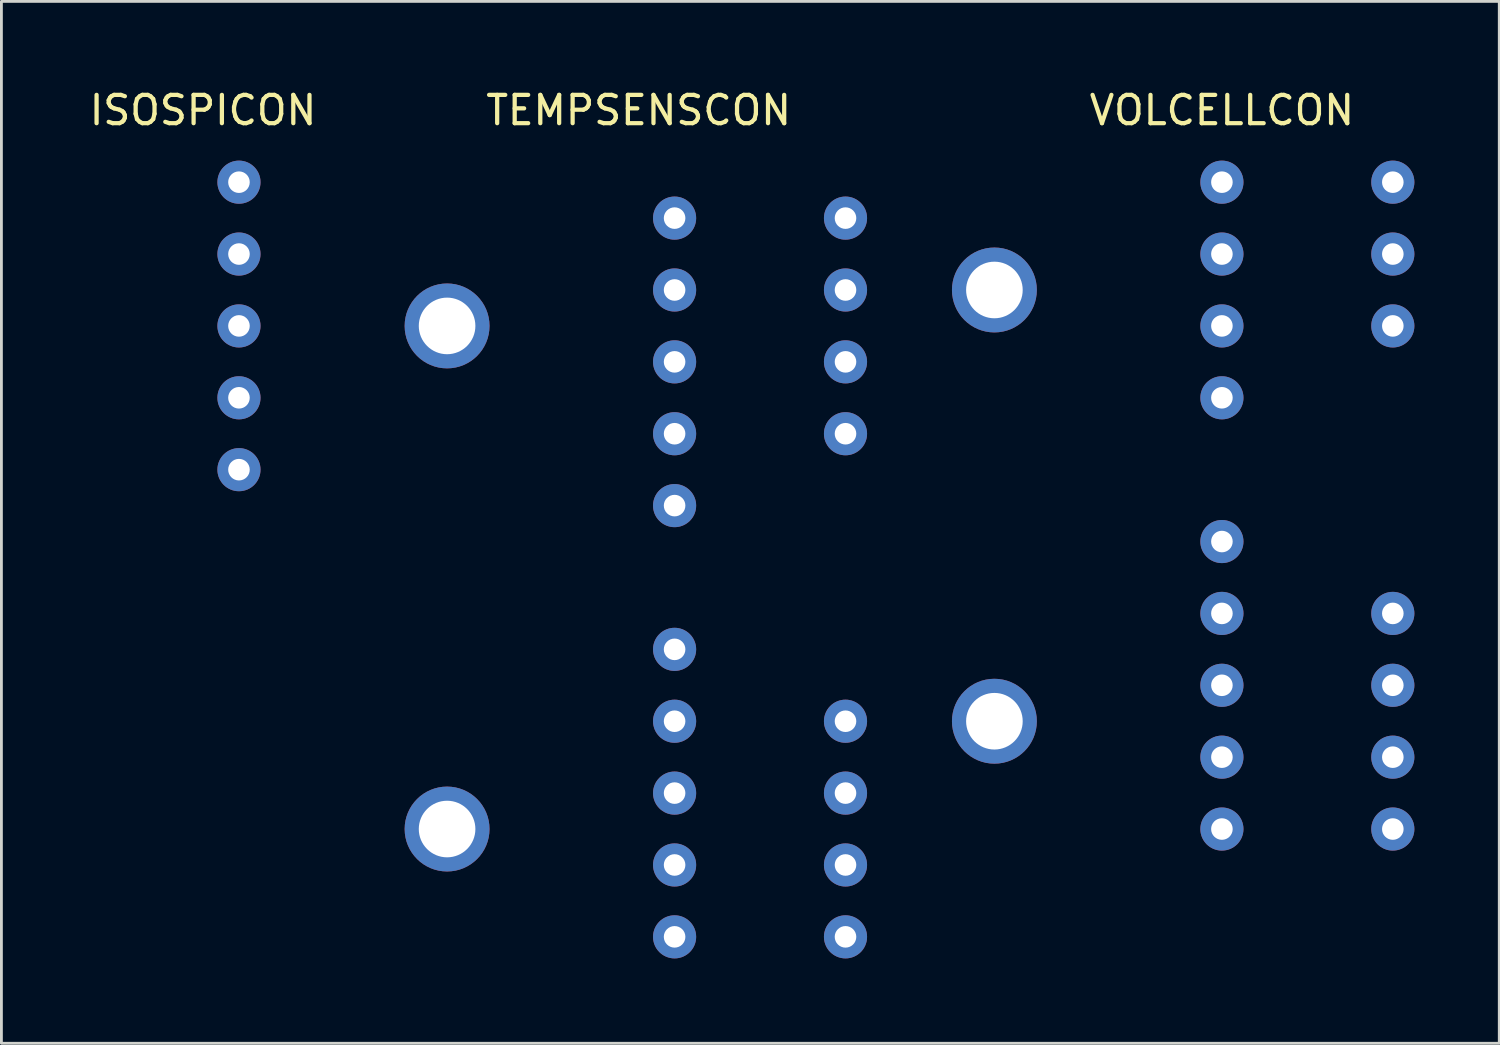
<source format=kicad_pcb>
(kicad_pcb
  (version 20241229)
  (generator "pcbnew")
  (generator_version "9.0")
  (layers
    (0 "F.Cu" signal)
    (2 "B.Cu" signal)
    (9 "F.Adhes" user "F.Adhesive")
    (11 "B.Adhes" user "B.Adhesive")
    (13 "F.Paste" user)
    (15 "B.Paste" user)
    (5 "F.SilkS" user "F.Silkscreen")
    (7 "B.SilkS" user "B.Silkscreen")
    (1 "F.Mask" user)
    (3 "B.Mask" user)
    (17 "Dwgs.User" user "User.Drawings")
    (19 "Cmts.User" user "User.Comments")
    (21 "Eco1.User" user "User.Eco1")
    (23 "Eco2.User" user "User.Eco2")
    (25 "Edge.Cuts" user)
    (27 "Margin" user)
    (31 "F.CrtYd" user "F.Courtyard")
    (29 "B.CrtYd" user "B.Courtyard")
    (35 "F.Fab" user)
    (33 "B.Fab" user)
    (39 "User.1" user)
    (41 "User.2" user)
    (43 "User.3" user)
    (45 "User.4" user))
  (footprint "TEMPSENSCON"
    (layer "F.Cu")
    (at 19.52 3.388)
    (property "Reference" "TEMPSENSCON" (at 0 -2.54 0) (layer "F.SilkS") (effects (font (size 1 1) (thickness 0.15))))
    (attr through_hole)
    (pad "" np_thru_hole circle (at -6.77 5.08) (size 3 3) (drill 2) (layers "*.Cu" "*.Mask"))
    (pad "" np_thru_hole circle (at -6.77 22.86) (size 3 3) (drill 2) (layers "*.Cu" "*.Mask"))
    (pad "1" thru_hole circle (at 7.31 26.67) (size 1.524 1.524) (drill 0.762) (layers "*.Cu" "*.Mask"))
    (pad "2" thru_hole circle (at 7.31 24.13) (size 1.524 1.524) (drill 0.762) (layers "*.Cu" "*.Mask"))
    (pad "3" thru_hole circle (at 7.31 21.59) (size 1.524 1.524) (drill 0.762) (layers "*.Cu" "*.Mask"))
    (pad "4" thru_hole circle (at 7.31 19.05) (size 1.524 1.524) (drill 0.762) (layers "*.Cu" "*.Mask"))
    (pad "5" thru_hole circle (at 7.31 8.89) (size 1.524 1.524) (drill 0.762) (layers "*.Cu" "*.Mask"))
    (pad "6" thru_hole circle (at 7.31 6.35) (size 1.524 1.524) (drill 0.762) (layers "*.Cu" "*.Mask"))
    (pad "7" thru_hole circle (at 7.31 3.81) (size 1.524 1.524) (drill 0.762) (layers "*.Cu" "*.Mask"))
    (pad "8" thru_hole circle (at 7.31 1.27) (size 1.524 1.524) (drill 0.762) (layers "*.Cu" "*.Mask"))
    (pad "9" thru_hole circle (at 1.27 26.67) (size 1.524 1.524) (drill 0.762) (layers "*.Cu" "*.Mask"))
    (pad "10" thru_hole circle (at 1.27 24.13) (size 1.524 1.524) (drill 0.762) (layers "*.Cu" "*.Mask"))
    (pad "11" thru_hole circle (at 1.27 21.59) (size 1.524 1.524) (drill 0.762) (layers "*.Cu" "*.Mask"))
    (pad "12" thru_hole circle (at 1.27 19.05) (size 1.524 1.524) (drill 0.762) (layers "*.Cu" "*.Mask"))
    (pad "13" thru_hole circle (at 1.27 16.51) (size 1.524 1.524) (drill 0.762) (layers "*.Cu" "*.Mask"))
    (pad "14" thru_hole circle (at 1.27 11.43) (size 1.524 1.524) (drill 0.762) (layers "*.Cu" "*.Mask"))
    (pad "15" thru_hole circle (at 1.27 8.89) (size 1.524 1.524) (drill 0.762) (layers "*.Cu" "*.Mask"))
    (pad "16" thru_hole circle (at 1.27 6.35) (size 1.524 1.524) (drill 0.762) (layers "*.Cu" "*.Mask"))
    (pad "17" thru_hole circle (at 1.27 3.81) (size 1.524 1.524) (drill 0.762) (layers "*.Cu" "*.Mask"))
    (pad "18" thru_hole circle (at 1.27 1.27) (size 1.524 1.524) (drill 0.762) (layers "*.Cu" "*.Mask")))
  (footprint "VOLCELLCON"
    (layer "F.Cu")
    (at 40.132 2.118)
    (property "Reference" "VOLCELLCON" (at 0 -1.27 0) (layer "F.SilkS") (effects (font (size 1 1) (thickness 0.15))))
    (attr through_hole)
    (pad "" np_thru_hole circle (at -8.04 5.08) (size 3 3) (drill 2) (layers "*.Cu" "*.Mask"))
    (pad "" np_thru_hole circle (at -8.04 20.32) (size 3 3) (drill 2) (layers "*.Cu" "*.Mask"))
    (pad "1" thru_hole circle (at 6.04 24.13) (size 1.524 1.524) (drill 0.762) (layers "*.Cu" "*.Mask"))
    (pad "2" thru_hole circle (at 6.04 21.59) (size 1.524 1.524) (drill 0.762) (layers "*.Cu" "*.Mask"))
    (pad "3" thru_hole circle (at 6.04 19.05) (size 1.524 1.524) (drill 0.762) (layers "*.Cu" "*.Mask"))
    (pad "4" thru_hole circle (at 6.04 16.51) (size 1.524 1.524) (drill 0.762) (layers "*.Cu" "*.Mask"))
    (pad "5" thru_hole circle (at 6.04 6.35) (size 1.524 1.524) (drill 0.762) (layers "*.Cu" "*.Mask"))
    (pad "6" thru_hole circle (at 6.04 3.81) (size 1.524 1.524) (drill 0.762) (layers "*.Cu" "*.Mask"))
    (pad "7" thru_hole circle (at 6.04 1.27) (size 1.524 1.524) (drill 0.762) (layers "*.Cu" "*.Mask"))
    (pad "8" thru_hole circle (at 0 24.13) (size 1.524 1.524) (drill 0.762) (layers "*.Cu" "*.Mask"))
    (pad "9" thru_hole circle (at 0 21.59) (size 1.524 1.524) (drill 0.762) (layers "*.Cu" "*.Mask"))
    (pad "10" thru_hole circle (at 0 19.05) (size 1.524 1.524) (drill 0.762) (layers "*.Cu" "*.Mask"))
    (pad "11" thru_hole circle (at 0 16.51) (size 1.524 1.524) (drill 0.762) (layers "*.Cu" "*.Mask"))
    (pad "12" thru_hole circle (at 0 13.97) (size 1.524 1.524) (drill 0.762) (layers "*.Cu" "*.Mask"))
    (pad "13" thru_hole circle (at 0 8.89) (size 1.524 1.524) (drill 0.762) (layers "*.Cu" "*.Mask"))
    (pad "14" thru_hole circle (at 0 6.35) (size 1.524 1.524) (drill 0.762) (layers "*.Cu" "*.Mask"))
    (pad "15" thru_hole circle (at 0 3.81) (size 1.524 1.524) (drill 0.762) (layers "*.Cu" "*.Mask"))
    (pad "16" thru_hole circle (at 0 1.27) (size 1.524 1.524) (drill 0.762) (layers "*.Cu" "*.Mask")))
  (footprint "ISOSPICON"
    (layer "F.Cu")
    (at 4.125 2.118)
    (property "Reference" "ISOSPICON" (at 0 -1.27 0) (layer "F.SilkS") (effects (font (size 1 1) (thickness 0.15))))
    (attr through_hole)
    (pad "1" thru_hole circle (at 1.27 11.43) (size 1.524 1.524) (drill 0.762) (layers "*.Cu" "*.Mask"))
    (pad "2" thru_hole circle (at 1.27 8.89) (size 1.524 1.524) (drill 0.762) (layers "*.Cu" "*.Mask"))
    (pad "3" thru_hole circle (at 1.27 6.35) (size 1.524 1.524) (drill 0.762) (layers "*.Cu" "*.Mask"))
    (pad "4" thru_hole circle (at 1.27 3.81) (size 1.524 1.524) (drill 0.762) (layers "*.Cu" "*.Mask"))
    (pad "5" thru_hole circle (at 1.27 1.27) (size 1.524 1.524) (drill 0.762) (layers "*.Cu" "*.Mask")))
  (gr_rect
    (start -3 -3)
    (end 49.934 33.82)
    (stroke (width 0.1) (type default))
    (fill no)
    (layer "Edge.Cuts")))
</source>
